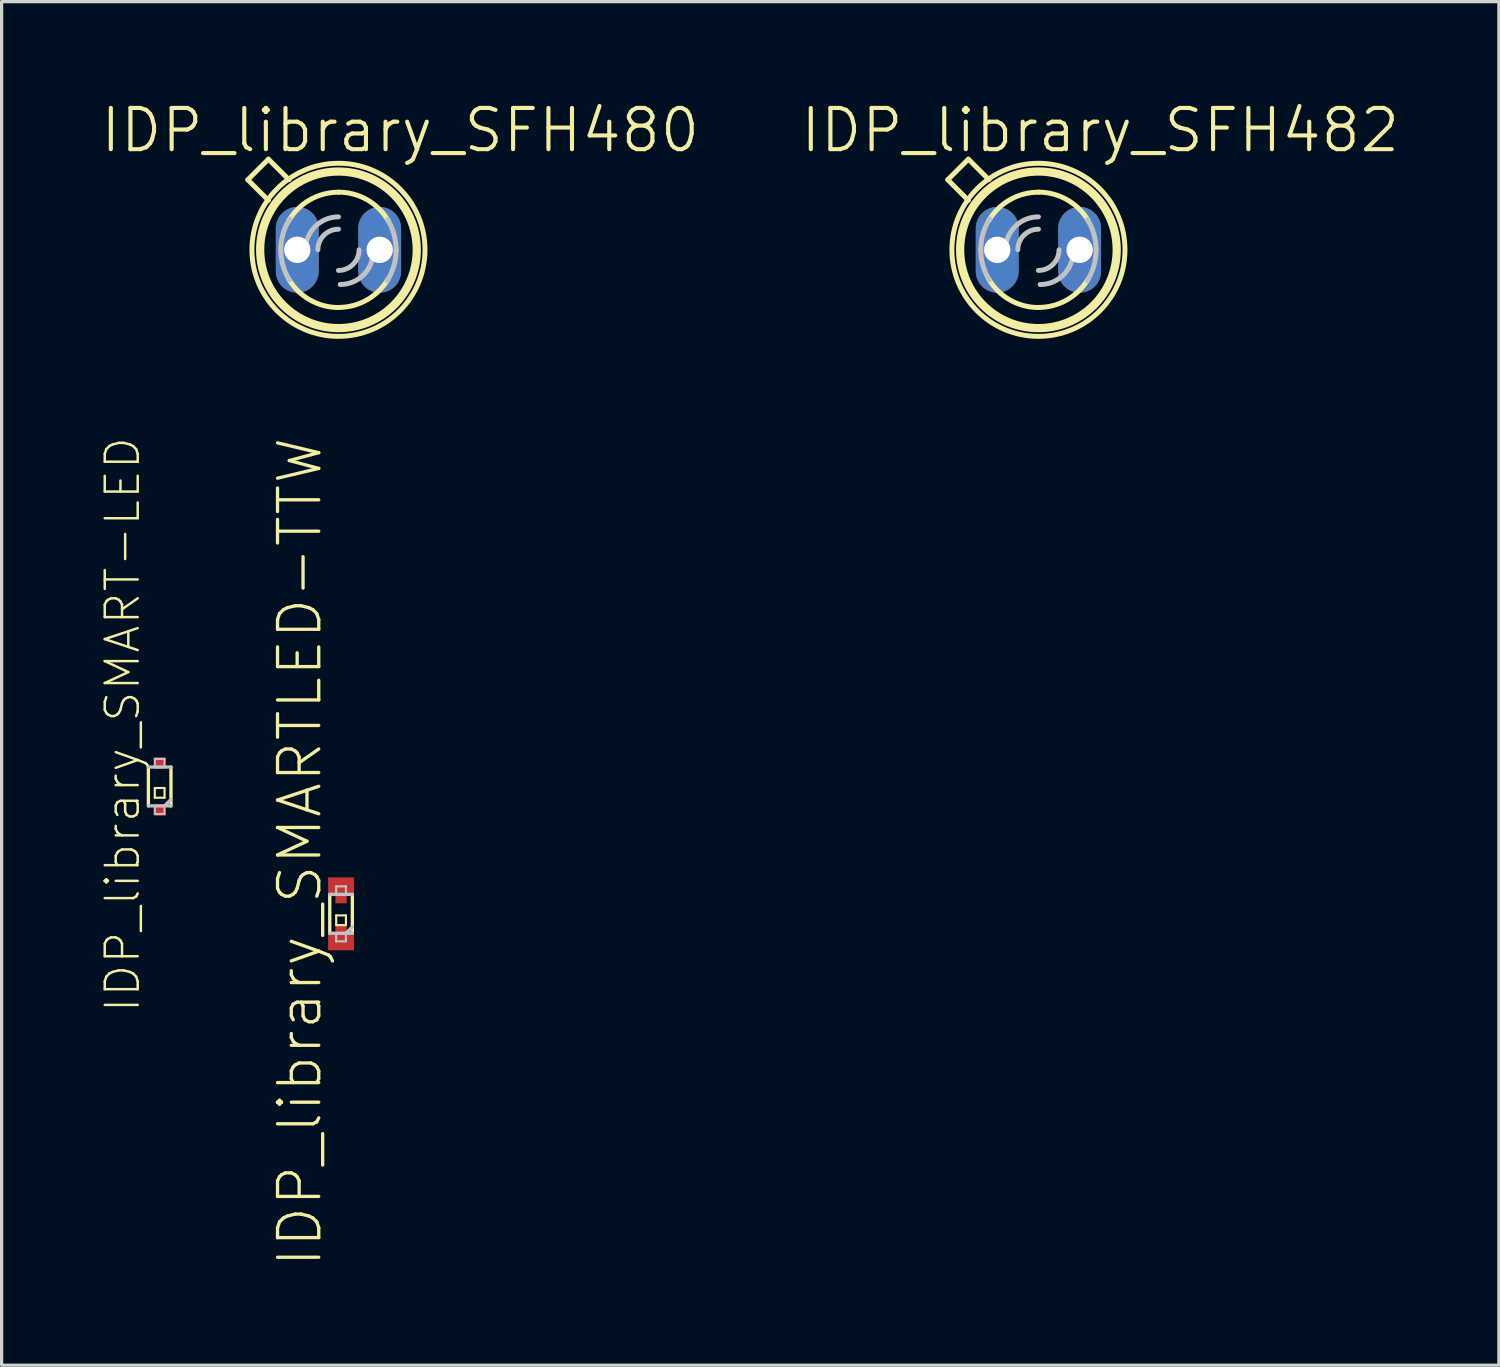
<source format=kicad_pcb>
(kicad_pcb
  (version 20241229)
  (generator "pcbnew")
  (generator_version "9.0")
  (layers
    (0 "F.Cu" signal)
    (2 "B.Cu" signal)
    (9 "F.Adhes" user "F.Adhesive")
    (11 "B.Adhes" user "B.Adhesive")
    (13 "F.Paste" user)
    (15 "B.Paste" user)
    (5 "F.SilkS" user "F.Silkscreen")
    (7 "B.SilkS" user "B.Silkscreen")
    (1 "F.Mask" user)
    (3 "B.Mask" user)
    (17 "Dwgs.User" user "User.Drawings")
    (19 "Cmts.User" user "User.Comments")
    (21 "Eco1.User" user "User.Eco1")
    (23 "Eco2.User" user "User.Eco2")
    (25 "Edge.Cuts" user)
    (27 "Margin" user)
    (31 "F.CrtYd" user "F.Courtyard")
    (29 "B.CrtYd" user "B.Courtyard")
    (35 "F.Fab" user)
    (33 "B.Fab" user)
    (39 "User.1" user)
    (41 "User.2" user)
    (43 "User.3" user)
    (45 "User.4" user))
  (footprint "IDP_library_SMART-LED"
    (layer "F.Cu")
    (at 1.871 21.188)
    (property "Reference" "IDP_library_SMART-LED" (at -1.143 -1.905 90) (layer "F.SilkS") (effects (font (size 1.016 1.016) (thickness 0.076))))
    (attr smd)
    (fp_line (start -0.348 0.599) (end -0.348 -0.599) (stroke (width 0.102) (type solid)) (layer "F.SilkS"))
    (fp_line (start -0.15 0.048) (end 0.15 0.048) (stroke (width 0.066) (type solid)) (layer "F.SilkS"))
    (fp_line (start -0.15 0.348) (end -0.15 0.048) (stroke (width 0.066) (type solid)) (layer "F.SilkS"))
    (fp_line (start -0.15 0.348) (end 0.15 0.348) (stroke (width 0.066) (type solid)) (layer "F.SilkS"))
    (fp_line (start 0.15 0.348) (end 0.15 0.048) (stroke (width 0.066) (type solid)) (layer "F.SilkS"))
    (fp_line (start 0.348 -0.599) (end 0.348 0.599) (stroke (width 0.102) (type solid)) (layer "F.SilkS"))
    (fp_line (start -0.348 -0.599) (end 0.348 -0.599) (stroke (width 0.102) (type solid)) (layer "Dwgs.User"))
    (fp_line (start -0.15 -0.848) (end 0.15 -0.848) (stroke (width 0.066) (type solid)) (layer "Dwgs.User"))
    (fp_line (start -0.15 -0.599) (end -0.15 -0.848) (stroke (width 0.066) (type solid)) (layer "Dwgs.User"))
    (fp_line (start -0.15 -0.599) (end 0.15 -0.599) (stroke (width 0.066) (type solid)) (layer "Dwgs.User"))
    (fp_line (start -0.15 0.599) (end 0.15 0.599) (stroke (width 0.066) (type solid)) (layer "Dwgs.User"))
    (fp_line (start -0.15 0.848) (end -0.15 0.599) (stroke (width 0.066) (type solid)) (layer "Dwgs.User"))
    (fp_line (start -0.15 0.848) (end 0.15 0.848) (stroke (width 0.066) (type solid)) (layer "Dwgs.User"))
    (fp_line (start 0.15 -0.599) (end 0.15 -0.848) (stroke (width 0.066) (type solid)) (layer "Dwgs.User"))
    (fp_line (start 0.15 0.599) (end -0.348 0.599) (stroke (width 0.102) (type solid)) (layer "Dwgs.User"))
    (fp_line (start 0.15 0.848) (end 0.15 0.599) (stroke (width 0.066) (type solid)) (layer "Dwgs.User"))
    (fp_line (start 0.348 0.399) (end 0.15 0.599) (stroke (width 0.102) (type solid)) (layer "Dwgs.User"))
    (fp_line (start 0.348 0.599) (end 0.15 0.599) (stroke (width 0.102) (type solid)) (layer "Dwgs.User"))
    (pad "A" smd rect (at 0 -0.724) (size 0.348 0.348) (layers "F.Cu" "F.Mask" "F.Paste"))
    (pad "B" smd rect (at 0 0.724) (size 0.348 0.348) (layers "F.Cu" "F.Mask" "F.Paste")))
  (footprint "IDP_library_SFH482"
    (layer "F.Cu")
    (at 28.953 4.649)
    (property "Reference" "IDP_library_SFH482" (at 1.905 -3.683 0) (layer "F.SilkS") (effects (font (size 1.27 1.27) (thickness 0.127))))
    (attr exclude_from_pos_files exclude_from_bom)
    (fp_line (start -2.794 -2.159) (end -2.159 -2.794) (stroke (width 0.152) (type solid)) (layer "F.SilkS"))
    (fp_line (start -2.159 -1.524) (end -2.794 -2.159) (stroke (width 0.152) (type solid)) (layer "F.SilkS"))
    (fp_line (start -1.524 -2.159) (end -2.159 -2.794) (stroke (width 0.152) (type solid)) (layer "F.SilkS"))
    (fp_arc (start -1.53416 -0.89408) (mid -0.885614 -1.539063) (end -0.002081 -1.775675) (stroke (width 0.1524) (type solid)) (layer "F.SilkS"))
    (fp_arc (start 0 -1.778) (mid 0.884966 -1.542115) (end 1.535117 -0.89705) (stroke (width 0.1524) (type solid)) (layer "F.SilkS"))
    (fp_arc (start 0 1.778) (mid -0.884966 1.542115) (end -1.535117 0.89705) (stroke (width 0.1524) (type solid)) (layer "F.SilkS"))
    (fp_arc (start 1.53416 0.89408) (mid 0.885614 1.539063) (end 0.002081 1.775675) (stroke (width 0.1524) (type solid)) (layer "F.SilkS"))
    (fp_circle (center 0 0) (end 0 -2.667) (stroke (width 0.152) (type solid)) (fill no) (layer "F.SilkS"))
    (fp_circle (center 0 0) (end 0 -2.413) (stroke (width 0.254) (type solid)) (fill no) (layer "F.SilkS"))
    (fp_arc (start -1.778 0) (mid -1.707402 -0.496046) (end -1.501215 -0.9527) (stroke (width 0.1524) (type solid)) (layer "Dwgs.User"))
    (fp_arc (start -1.51384 0.92964) (mid -1.709767 0.482328) (end -1.776497 -0.001431) (stroke (width 0.1524) (type solid)) (layer "Dwgs.User"))
    (fp_arc (start -1.016 0) (mid -0.71842 -0.71842) (end 0 -1.016) (stroke (width 0.1524) (type solid)) (layer "Dwgs.User"))
    (fp_arc (start -0.635 0) (mid -0.449013 -0.449013) (end 0 -0.635) (stroke (width 0.1524) (type solid)) (layer "Dwgs.User"))
    (fp_arc (start 0.635 0) (mid 0.449013 0.449013) (end 0 0.635) (stroke (width 0.1524) (type solid)) (layer "Dwgs.User"))
    (fp_arc (start 1.06934 0.05334) (mid 0.77176 0.77176) (end 0.05334 1.06934) (stroke (width 0.1524) (type solid)) (layer "Dwgs.User"))
    (fp_arc (start 1.51384 -0.92964) (mid 1.709767 -0.482328) (end 1.776497 0.001431) (stroke (width 0.1524) (type solid)) (layer "Dwgs.User"))
    (fp_arc (start 1.778 0) (mid 1.707402 0.496046) (end 1.501215 0.9527) (stroke (width 0.1524) (type solid)) (layer "Dwgs.User"))
    (pad "A" thru_hole oval (at -1.27 0 180) (size 1.321 2.642) (drill 0.813) (layers "*.Cu" "*.Paste" "*.Mask"))
    (pad "K" thru_hole oval (at 1.27 0 180) (size 1.321 2.642) (drill 0.813) (layers "*.Cu" "*.Paste" "*.Mask")))
  (footprint "IDP_library_SFH480"
    (layer "F.Cu")
    (at 7.381 4.649)
    (property "Reference" "IDP_library_SFH480" (at 1.905 -3.683 0) (layer "F.SilkS") (effects (font (size 1.27 1.27) (thickness 0.127))))
    (attr exclude_from_pos_files exclude_from_bom)
    (fp_line (start -2.794 -2.159) (end -2.159 -2.794) (stroke (width 0.152) (type solid)) (layer "F.SilkS"))
    (fp_line (start -2.159 -1.524) (end -2.794 -2.159) (stroke (width 0.152) (type solid)) (layer "F.SilkS"))
    (fp_line (start -1.524 -2.159) (end -2.159 -2.794) (stroke (width 0.152) (type solid)) (layer "F.SilkS"))
    (fp_arc (start -1.53416 -0.89408) (mid -0.885614 -1.539063) (end -0.002081 -1.775675) (stroke (width 0.1524) (type solid)) (layer "F.SilkS"))
    (fp_arc (start 0 -1.778) (mid 0.884966 -1.542115) (end 1.535117 -0.89705) (stroke (width 0.1524) (type solid)) (layer "F.SilkS"))
    (fp_arc (start 0 1.778) (mid -0.884966 1.542115) (end -1.535117 0.89705) (stroke (width 0.1524) (type solid)) (layer "F.SilkS"))
    (fp_arc (start 1.53416 0.89408) (mid 0.885614 1.539063) (end 0.002081 1.775675) (stroke (width 0.1524) (type solid)) (layer "F.SilkS"))
    (fp_circle (center 0 0) (end 0 -2.667) (stroke (width 0.152) (type solid)) (fill no) (layer "F.SilkS"))
    (fp_circle (center 0 0) (end 0 -2.413) (stroke (width 0.254) (type solid)) (fill no) (layer "F.SilkS"))
    (fp_arc (start -1.778 0) (mid -1.707402 -0.496046) (end -1.501215 -0.9527) (stroke (width 0.1524) (type solid)) (layer "Dwgs.User"))
    (fp_arc (start -1.51384 0.92964) (mid -1.709767 0.482328) (end -1.776497 -0.001431) (stroke (width 0.1524) (type solid)) (layer "Dwgs.User"))
    (fp_arc (start -1.016 0) (mid -0.71842 -0.71842) (end 0 -1.016) (stroke (width 0.1524) (type solid)) (layer "Dwgs.User"))
    (fp_arc (start -0.635 0) (mid -0.449013 -0.449013) (end 0 -0.635) (stroke (width 0.1524) (type solid)) (layer "Dwgs.User"))
    (fp_arc (start 0.635 0) (mid 0.449013 0.449013) (end 0 0.635) (stroke (width 0.1524) (type solid)) (layer "Dwgs.User"))
    (fp_arc (start 1.06934 0.05334) (mid 0.77176 0.77176) (end 0.05334 1.06934) (stroke (width 0.1524) (type solid)) (layer "Dwgs.User"))
    (fp_arc (start 1.51384 -0.92964) (mid 1.709767 -0.482328) (end 1.776497 0.001431) (stroke (width 0.1524) (type solid)) (layer "Dwgs.User"))
    (fp_arc (start 1.778 0) (mid 1.707402 0.496046) (end 1.501215 0.9527) (stroke (width 0.1524) (type solid)) (layer "Dwgs.User"))
    (pad "A" thru_hole oval (at 1.27 0 180) (size 1.321 2.642) (drill 0.813) (layers "*.Cu" "*.Paste" "*.Mask"))
    (pad "K" thru_hole oval (at -1.27 0 180) (size 1.321 2.642) (drill 0.813) (layers "*.Cu" "*.Paste" "*.Mask")))
  (footprint "IDP_library_SMARTLED-TTW"
    (layer "F.Cu")
    (at 7.461 25.113)
    (property "Reference" "IDP_library_SMARTLED-TTW" (at -1.27 -1.905 90) (layer "F.SilkS") (effects (font (size 1.27 1.27) (thickness 0.102))))
    (attr smd)
    (fp_line (start -0.173 -0.699) (end 0.173 -0.699) (stroke (width 0.066) (type solid)) (layer "F.Mask"))
    (fp_line (start -0.173 -0.323) (end -0.173 -0.699) (stroke (width 0.066) (type solid)) (layer "F.Mask"))
    (fp_line (start -0.173 -0.323) (end 0.173 -0.323) (stroke (width 0.066) (type solid)) (layer "F.Mask"))
    (fp_line (start -0.173 0.323) (end -0.173 0.699) (stroke (width 0.066) (type solid)) (layer "F.Mask"))
    (fp_line (start 0.173 -0.323) (end 0.173 -0.699) (stroke (width 0.066) (type solid)) (layer "F.Mask"))
    (fp_line (start 0.173 0.323) (end -0.173 0.323) (stroke (width 0.066) (type solid)) (layer "F.Mask"))
    (fp_line (start 0.173 0.323) (end 0.173 0.699) (stroke (width 0.066) (type solid)) (layer "F.Mask"))
    (fp_line (start 0.173 0.699) (end -0.173 0.699) (stroke (width 0.066) (type solid)) (layer "F.Mask"))
    (fp_line (start -0.348 0.599) (end -0.348 -0.599) (stroke (width 0.102) (type solid)) (layer "F.SilkS"))
    (fp_line (start -0.15 0.048) (end 0.15 0.048) (stroke (width 0.066) (type solid)) (layer "F.SilkS"))
    (fp_line (start -0.15 0.348) (end -0.15 0.048) (stroke (width 0.066) (type solid)) (layer "F.SilkS"))
    (fp_line (start -0.15 0.348) (end 0.15 0.348) (stroke (width 0.066) (type solid)) (layer "F.SilkS"))
    (fp_line (start 0.15 0.348) (end 0.15 0.048) (stroke (width 0.066) (type solid)) (layer "F.SilkS"))
    (fp_line (start 0.348 -0.599) (end 0.348 0.599) (stroke (width 0.102) (type solid)) (layer "F.SilkS"))
    (fp_line (start -0.224 -0.973) (end 0.224 -0.973) (stroke (width 0.066) (type solid)) (layer "F.Paste"))
    (fp_line (start -0.224 -0.3) (end -0.224 -0.973) (stroke (width 0.066) (type solid)) (layer "F.Paste"))
    (fp_line (start -0.224 -0.3) (end 0.224 -0.3) (stroke (width 0.066) (type solid)) (layer "F.Paste"))
    (fp_line (start -0.224 0.3) (end -0.224 0.973) (stroke (width 0.066) (type solid)) (layer "F.Paste"))
    (fp_line (start 0.224 -0.3) (end 0.224 -0.973) (stroke (width 0.066) (type solid)) (layer "F.Paste"))
    (fp_line (start 0.224 0.3) (end -0.224 0.3) (stroke (width 0.066) (type solid)) (layer "F.Paste"))
    (fp_line (start 0.224 0.3) (end 0.224 0.973) (stroke (width 0.066) (type solid)) (layer "F.Paste"))
    (fp_line (start 0.224 0.973) (end -0.224 0.973) (stroke (width 0.066) (type solid)) (layer "F.Paste"))
    (fp_line (start -0.348 -0.599) (end 0.348 -0.599) (stroke (width 0.102) (type solid)) (layer "Dwgs.User"))
    (fp_line (start -0.15 -0.848) (end 0.15 -0.848) (stroke (width 0.066) (type solid)) (layer "Dwgs.User"))
    (fp_line (start -0.15 -0.599) (end -0.15 -0.848) (stroke (width 0.066) (type solid)) (layer "Dwgs.User"))
    (fp_line (start -0.15 -0.599) (end 0.15 -0.599) (stroke (width 0.066) (type solid)) (layer "Dwgs.User"))
    (fp_line (start -0.15 0.599) (end 0.15 0.599) (stroke (width 0.066) (type solid)) (layer "Dwgs.User"))
    (fp_line (start -0.15 0.848) (end -0.15 0.599) (stroke (width 0.066) (type solid)) (layer "Dwgs.User"))
    (fp_line (start -0.15 0.848) (end 0.15 0.848) (stroke (width 0.066) (type solid)) (layer "Dwgs.User"))
    (fp_line (start 0.15 -0.599) (end 0.15 -0.848) (stroke (width 0.066) (type solid)) (layer "Dwgs.User"))
    (fp_line (start 0.15 0.599) (end -0.348 0.599) (stroke (width 0.102) (type solid)) (layer "Dwgs.User"))
    (fp_line (start 0.15 0.848) (end 0.15 0.599) (stroke (width 0.066) (type solid)) (layer "Dwgs.User"))
    (fp_line (start 0.348 0.399) (end 0.15 0.599) (stroke (width 0.102) (type solid)) (layer "Dwgs.User"))
    (fp_line (start 0.348 0.599) (end 0.15 0.599) (stroke (width 0.102) (type solid)) (layer "Dwgs.User"))
    (pad "A" smd rect (at 0 0.874) (size 0.798 0.498) (layers "F.Cu" "F.Mask" "F.Paste"))
    (pad "A@1" smd rect (at 0 0.498) (size 0.348 0.348) (layers "F.Cu" "F.Mask" "F.Paste"))
    (pad "C" smd rect (at 0 -0.874) (size 0.798 0.498) (layers "F.Cu" "F.Mask" "F.Paste"))
    (pad "C@1" smd rect (at 0 -0.498) (size 0.348 0.348) (layers "F.Cu" "F.Mask" "F.Paste")))
  (gr_rect
    (start -3 -3)
    (end 43.144 39.024)
    (stroke (width 0.1) (type default))
    (fill no)
    (layer "Edge.Cuts")))
</source>
